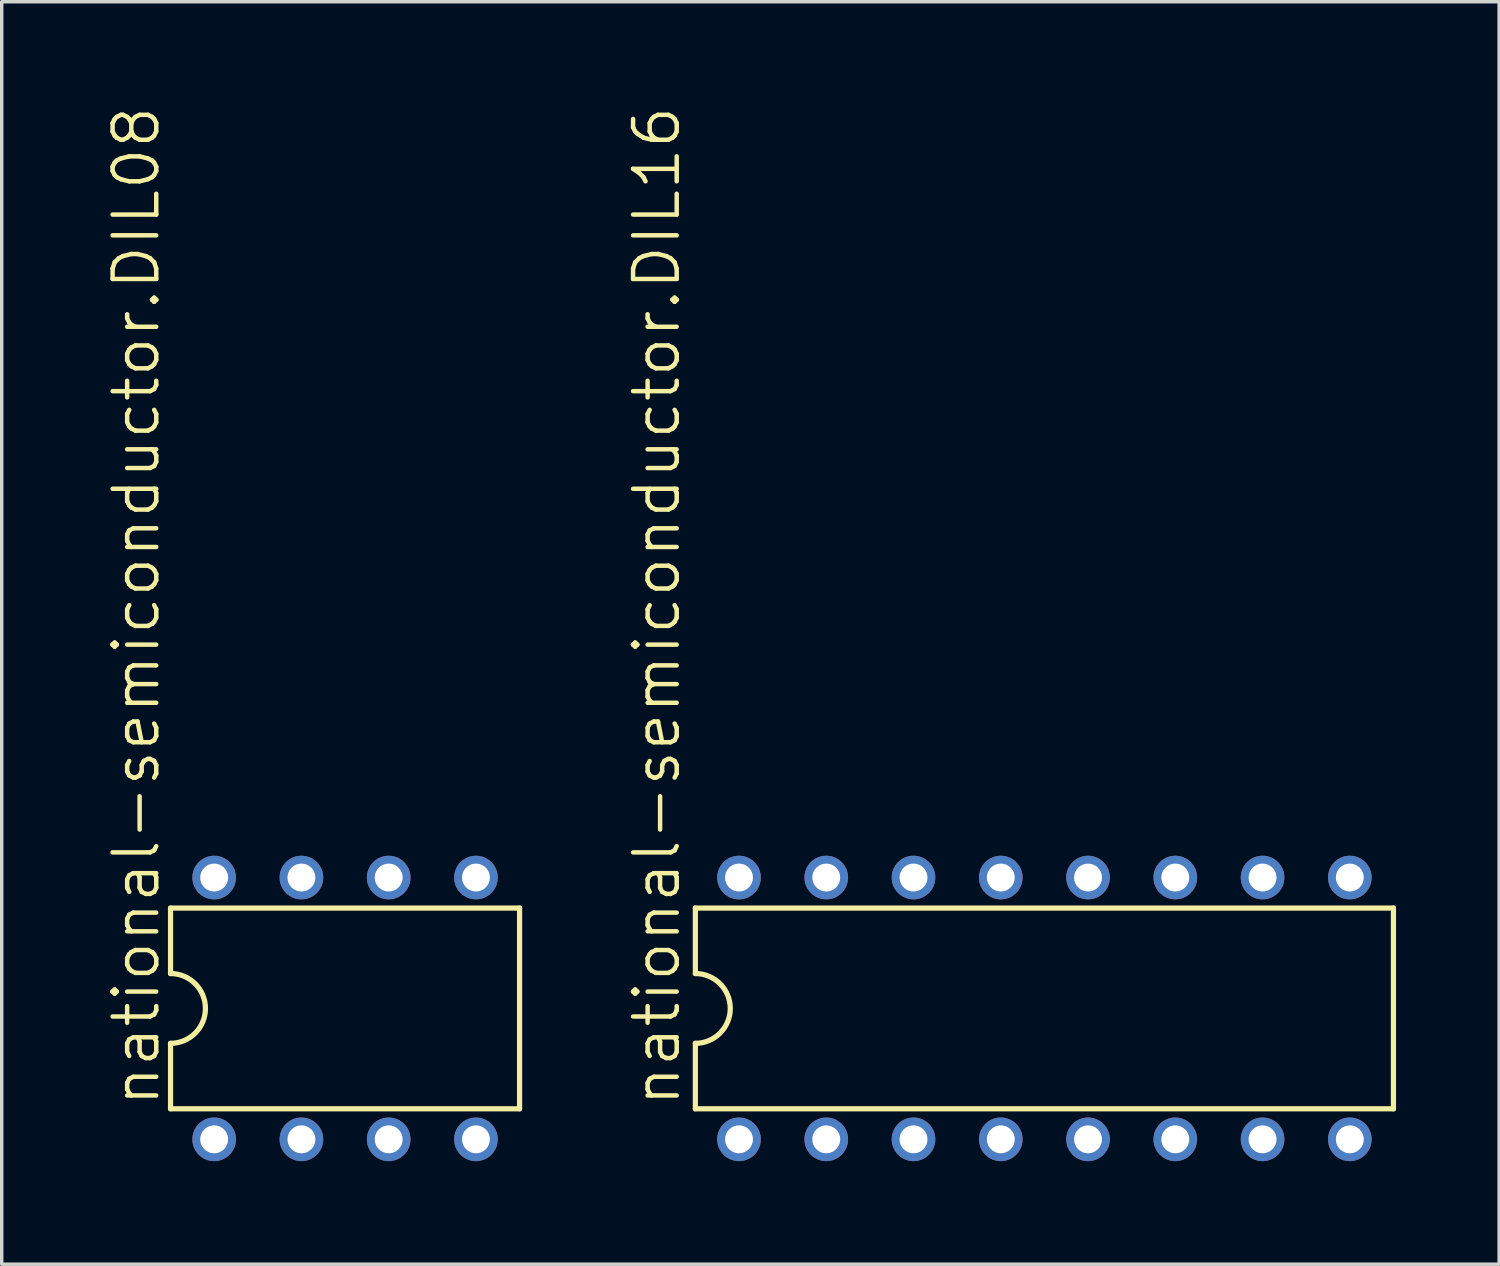
<source format=kicad_pcb>
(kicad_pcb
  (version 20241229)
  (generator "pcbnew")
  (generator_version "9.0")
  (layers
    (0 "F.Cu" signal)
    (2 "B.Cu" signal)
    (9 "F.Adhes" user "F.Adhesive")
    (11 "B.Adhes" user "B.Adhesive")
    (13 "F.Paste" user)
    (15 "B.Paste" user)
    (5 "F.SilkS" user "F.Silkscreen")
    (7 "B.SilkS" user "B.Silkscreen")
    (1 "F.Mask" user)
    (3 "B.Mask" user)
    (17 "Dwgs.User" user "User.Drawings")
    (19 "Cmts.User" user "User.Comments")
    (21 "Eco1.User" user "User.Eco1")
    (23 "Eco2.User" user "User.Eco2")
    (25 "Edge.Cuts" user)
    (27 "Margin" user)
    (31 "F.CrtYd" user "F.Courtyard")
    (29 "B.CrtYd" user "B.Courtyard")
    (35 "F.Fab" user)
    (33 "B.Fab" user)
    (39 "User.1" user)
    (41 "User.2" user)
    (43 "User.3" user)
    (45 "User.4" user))
  (footprint "national-semiconductor.DIL16"
    (layer "F.Cu")
    (at 27.351 26.304)
    (property "Reference" "national-semiconductor.DIL16" (at -10.541 2.921 90) (layer "F.SilkS") (effects (font (size 1.27 1.27) (thickness 0.13)) (justify left bottom)))
    (attr through_hole)
    (fp_line (start -10.16 -2.921) (end -10.16 -1.016) (stroke (width 0.152) (type default)) (layer "F.SilkS"))
    (fp_line (start -10.16 2.921) (end -10.16 1.016) (stroke (width 0.152) (type default)) (layer "F.SilkS"))
    (fp_line (start -10.16 2.921) (end 10.16 2.921) (stroke (width 0.152) (type default)) (layer "F.SilkS"))
    (fp_line (start 10.16 -2.921) (end -10.16 -2.921) (stroke (width 0.152) (type default)) (layer "F.SilkS"))
    (fp_line (start 10.16 -2.921) (end 10.16 2.921) (stroke (width 0.152) (type default)) (layer "F.SilkS"))
    (fp_arc (start -10.16 -1.016) (mid -9.144 0) (end -10.16 1.016) (stroke (width 0.1524) (type default)) (layer "F.SilkS"))
    (pad "1" thru_hole circle (at -8.89 3.81 90) (size 1.27 1.27) (drill 0.813) (layers "*.Cu" "*.Mask"))
    (pad "2" thru_hole circle (at -6.35 3.81 90) (size 1.27 1.27) (drill 0.813) (layers "*.Cu" "*.Mask"))
    (pad "3" thru_hole circle (at -3.81 3.81 90) (size 1.27 1.27) (drill 0.813) (layers "*.Cu" "*.Mask"))
    (pad "4" thru_hole circle (at -1.27 3.81 90) (size 1.27 1.27) (drill 0.813) (layers "*.Cu" "*.Mask"))
    (pad "5" thru_hole circle (at 1.27 3.81 90) (size 1.27 1.27) (drill 0.813) (layers "*.Cu" "*.Mask"))
    (pad "6" thru_hole circle (at 3.81 3.81 90) (size 1.27 1.27) (drill 0.813) (layers "*.Cu" "*.Mask"))
    (pad "7" thru_hole circle (at 6.35 3.81 90) (size 1.27 1.27) (drill 0.813) (layers "*.Cu" "*.Mask"))
    (pad "8" thru_hole circle (at 8.89 3.81 90) (size 1.27 1.27) (drill 0.813) (layers "*.Cu" "*.Mask"))
    (pad "9" thru_hole circle (at 8.89 -3.81 90) (size 1.27 1.27) (drill 0.813) (layers "*.Cu" "*.Mask"))
    (pad "10" thru_hole circle (at 6.35 -3.81 90) (size 1.27 1.27) (drill 0.813) (layers "*.Cu" "*.Mask"))
    (pad "11" thru_hole circle (at 3.81 -3.81 90) (size 1.27 1.27) (drill 0.813) (layers "*.Cu" "*.Mask"))
    (pad "12" thru_hole circle (at 1.27 -3.81 90) (size 1.27 1.27) (drill 0.813) (layers "*.Cu" "*.Mask"))
    (pad "13" thru_hole circle (at -1.27 -3.81 90) (size 1.27 1.27) (drill 0.813) (layers "*.Cu" "*.Mask"))
    (pad "14" thru_hole circle (at -3.81 -3.81 90) (size 1.27 1.27) (drill 0.813) (layers "*.Cu" "*.Mask"))
    (pad "15" thru_hole circle (at -6.35 -3.81 90) (size 1.27 1.27) (drill 0.813) (layers "*.Cu" "*.Mask"))
    (pad "16" thru_hole circle (at -8.89 -3.81 90) (size 1.27 1.27) (drill 0.813) (layers "*.Cu" "*.Mask")))
  (footprint "national-semiconductor.DIL08"
    (layer "F.Cu")
    (at 6.994 26.304)
    (property "Reference" "national-semiconductor.DIL08" (at -5.334 2.921 90) (layer "F.SilkS") (effects (font (size 1.27 1.27) (thickness 0.13)) (justify left bottom)))
    (attr through_hole)
    (fp_line (start -5.08 -2.921) (end -5.08 -1.016) (stroke (width 0.152) (type default)) (layer "F.SilkS"))
    (fp_line (start -5.08 2.921) (end -5.08 1.016) (stroke (width 0.152) (type default)) (layer "F.SilkS"))
    (fp_line (start -5.08 2.921) (end 5.08 2.921) (stroke (width 0.152) (type default)) (layer "F.SilkS"))
    (fp_line (start 5.08 -2.921) (end -5.08 -2.921) (stroke (width 0.152) (type default)) (layer "F.SilkS"))
    (fp_line (start 5.08 -2.921) (end 5.08 2.921) (stroke (width 0.152) (type default)) (layer "F.SilkS"))
    (fp_arc (start -5.08 -1.016) (mid -4.064 0) (end -5.08 1.016) (stroke (width 0.1524) (type default)) (layer "F.SilkS"))
    (pad "1" thru_hole circle (at -3.81 3.81 90) (size 1.27 1.27) (drill 0.813) (layers "*.Cu" "*.Mask"))
    (pad "2" thru_hole circle (at -1.27 3.81 90) (size 1.27 1.27) (drill 0.813) (layers "*.Cu" "*.Mask"))
    (pad "3" thru_hole circle (at 1.27 3.81 90) (size 1.27 1.27) (drill 0.813) (layers "*.Cu" "*.Mask"))
    (pad "4" thru_hole circle (at 3.81 3.81 90) (size 1.27 1.27) (drill 0.813) (layers "*.Cu" "*.Mask"))
    (pad "5" thru_hole circle (at 3.81 -3.81 90) (size 1.27 1.27) (drill 0.813) (layers "*.Cu" "*.Mask"))
    (pad "6" thru_hole circle (at 1.27 -3.81 90) (size 1.27 1.27) (drill 0.813) (layers "*.Cu" "*.Mask"))
    (pad "7" thru_hole circle (at -1.27 -3.81 90) (size 1.27 1.27) (drill 0.813) (layers "*.Cu" "*.Mask"))
    (pad "8" thru_hole circle (at -3.81 -3.81 90) (size 1.27 1.27) (drill 0.813) (layers "*.Cu" "*.Mask")))
  (gr_rect
    (start -3 -3)
    (end 40.587 33.749)
    (stroke (width 0.1) (type default))
    (fill no)
    (layer "Edge.Cuts")))
</source>
